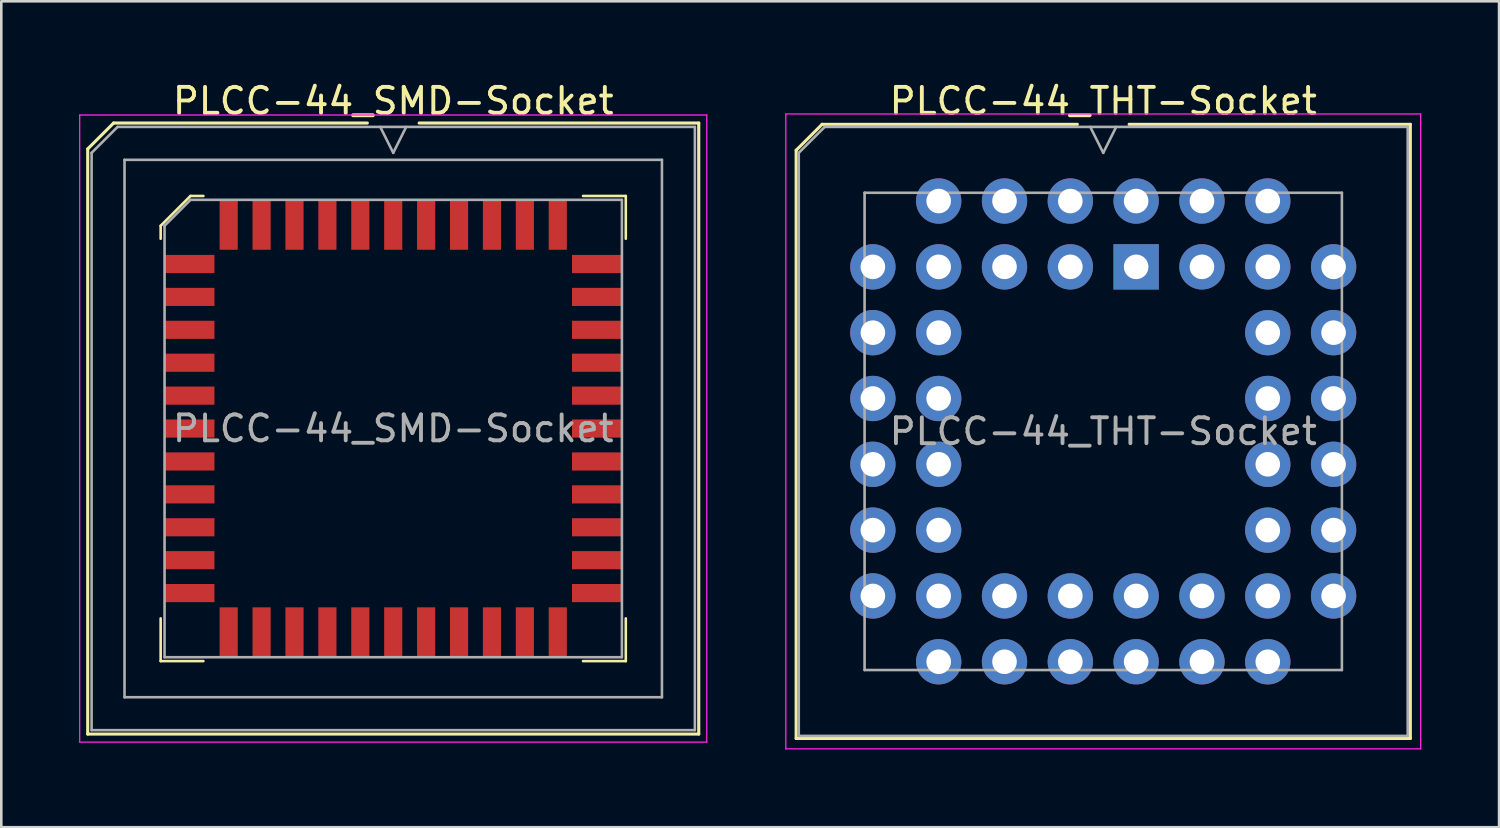
<source format=kicad_pcb>
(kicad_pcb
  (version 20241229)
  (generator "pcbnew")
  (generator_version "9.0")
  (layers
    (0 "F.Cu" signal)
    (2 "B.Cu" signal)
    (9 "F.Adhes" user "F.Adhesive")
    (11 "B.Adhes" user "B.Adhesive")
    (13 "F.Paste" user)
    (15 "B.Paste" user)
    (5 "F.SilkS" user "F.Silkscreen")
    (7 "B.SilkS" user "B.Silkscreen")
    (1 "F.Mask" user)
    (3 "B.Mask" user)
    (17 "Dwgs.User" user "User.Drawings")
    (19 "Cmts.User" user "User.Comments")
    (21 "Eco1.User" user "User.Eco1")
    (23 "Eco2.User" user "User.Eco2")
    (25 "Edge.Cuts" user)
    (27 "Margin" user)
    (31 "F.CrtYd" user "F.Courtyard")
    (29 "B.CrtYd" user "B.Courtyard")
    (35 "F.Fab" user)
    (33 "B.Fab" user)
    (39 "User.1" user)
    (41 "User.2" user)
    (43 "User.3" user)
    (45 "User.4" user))
  (footprint "PLCC-44_THT-Socket"
    (layer "F.Cu")
    (at 40.795 7.248)
    (property "Reference" "PLCC-44_THT-Socket" (at -1.27 -6.4 0) (layer "F.SilkS") (effects (font (size 1 1) (thickness 0.15))))
    (attr through_hole)
    (fp_line (start -13.12 -4.5) (end -13.12 18.2) (stroke (width 0.12) (type solid)) (layer "F.SilkS"))
    (fp_line (start -13.12 18.2) (end 10.58 18.2) (stroke (width 0.12) (type solid)) (layer "F.SilkS"))
    (fp_line (start -12.12 -5.5) (end -13.12 -4.5) (stroke (width 0.12) (type solid)) (layer "F.SilkS"))
    (fp_line (start -2.27 -5.5) (end -12.12 -5.5) (stroke (width 0.12) (type solid)) (layer "F.SilkS"))
    (fp_line (start 10.58 -5.5) (end -0.27 -5.5) (stroke (width 0.12) (type solid)) (layer "F.SilkS"))
    (fp_line (start 10.58 18.2) (end 10.58 -5.5) (stroke (width 0.12) (type solid)) (layer "F.SilkS"))
    (fp_line (start -13.52 -5.9) (end -13.52 18.6) (stroke (width 0.05) (type solid)) (layer "F.CrtYd"))
    (fp_line (start -13.52 18.6) (end 10.98 18.6) (stroke (width 0.05) (type solid)) (layer "F.CrtYd"))
    (fp_line (start 10.98 -5.9) (end -13.52 -5.9) (stroke (width 0.05) (type solid)) (layer "F.CrtYd"))
    (fp_line (start 10.98 18.6) (end 10.98 -5.9) (stroke (width 0.05) (type solid)) (layer "F.CrtYd"))
    (fp_line (start -13.02 -4.4) (end -13.02 18.1) (stroke (width 0.1) (type solid)) (layer "F.Fab"))
    (fp_line (start -13.02 18.1) (end 10.48 18.1) (stroke (width 0.1) (type solid)) (layer "F.Fab"))
    (fp_line (start -12.02 -5.4) (end -13.02 -4.4) (stroke (width 0.1) (type solid)) (layer "F.Fab"))
    (fp_line (start -10.48 -2.86) (end -10.48 15.56) (stroke (width 0.1) (type solid)) (layer "F.Fab"))
    (fp_line (start -10.48 15.56) (end 7.94 15.56) (stroke (width 0.1) (type solid)) (layer "F.Fab"))
    (fp_line (start -1.77 -5.4) (end -1.27 -4.4) (stroke (width 0.1) (type solid)) (layer "F.Fab"))
    (fp_line (start -1.27 -4.4) (end -0.77 -5.4) (stroke (width 0.1) (type solid)) (layer "F.Fab"))
    (fp_line (start 7.94 -2.86) (end -10.48 -2.86) (stroke (width 0.1) (type solid)) (layer "F.Fab"))
    (fp_line (start 7.94 15.56) (end 7.94 -2.86) (stroke (width 0.1) (type solid)) (layer "F.Fab"))
    (fp_line (start 10.48 -5.4) (end -12.02 -5.4) (stroke (width 0.1) (type solid)) (layer "F.Fab"))
    (fp_line (start 10.48 18.1) (end 10.48 -5.4) (stroke (width 0.1) (type solid)) (layer "F.Fab"))
    (fp_text user "${REFERENCE}" (at -1.27 6.35 0) (layer "F.Fab") (effects (font (size 1 1) (thickness 0.15))))
    (pad "1" thru_hole rect (at 0 0) (size 1.75 1.75) (drill 0.95) (layers "*.Cu" "*.Mask"))
    (pad "2" thru_hole circle (at -2.54 -2.54) (size 1.75 1.75) (drill 0.95) (layers "*.Cu" "*.Mask"))
    (pad "3" thru_hole circle (at -2.54 0) (size 1.75 1.75) (drill 0.95) (layers "*.Cu" "*.Mask"))
    (pad "4" thru_hole circle (at -5.08 -2.54) (size 1.75 1.75) (drill 0.95) (layers "*.Cu" "*.Mask"))
    (pad "5" thru_hole circle (at -5.08 0) (size 1.75 1.75) (drill 0.95) (layers "*.Cu" "*.Mask"))
    (pad "6" thru_hole circle (at -7.62 -2.54) (size 1.75 1.75) (drill 0.95) (layers "*.Cu" "*.Mask"))
    (pad "7" thru_hole circle (at -10.16 0) (size 1.75 1.75) (drill 0.95) (layers "*.Cu" "*.Mask"))
    (pad "8" thru_hole circle (at -7.62 0) (size 1.75 1.75) (drill 0.95) (layers "*.Cu" "*.Mask"))
    (pad "9" thru_hole circle (at -10.16 2.54) (size 1.75 1.75) (drill 0.95) (layers "*.Cu" "*.Mask"))
    (pad "10" thru_hole circle (at -7.62 2.54) (size 1.75 1.75) (drill 0.95) (layers "*.Cu" "*.Mask"))
    (pad "11" thru_hole circle (at -10.16 5.08) (size 1.75 1.75) (drill 0.95) (layers "*.Cu" "*.Mask"))
    (pad "12" thru_hole circle (at -7.62 5.08) (size 1.75 1.75) (drill 0.95) (layers "*.Cu" "*.Mask"))
    (pad "13" thru_hole circle (at -10.16 7.62) (size 1.75 1.75) (drill 0.95) (layers "*.Cu" "*.Mask"))
    (pad "14" thru_hole circle (at -7.62 7.62) (size 1.75 1.75) (drill 0.95) (layers "*.Cu" "*.Mask"))
    (pad "15" thru_hole circle (at -10.16 10.16) (size 1.75 1.75) (drill 0.95) (layers "*.Cu" "*.Mask"))
    (pad "16" thru_hole circle (at -7.62 10.16) (size 1.75 1.75) (drill 0.95) (layers "*.Cu" "*.Mask"))
    (pad "17" thru_hole circle (at -10.16 12.7) (size 1.75 1.75) (drill 0.95) (layers "*.Cu" "*.Mask"))
    (pad "18" thru_hole circle (at -7.62 15.24) (size 1.75 1.75) (drill 0.95) (layers "*.Cu" "*.Mask"))
    (pad "19" thru_hole circle (at -7.62 12.7) (size 1.75 1.75) (drill 0.95) (layers "*.Cu" "*.Mask"))
    (pad "20" thru_hole circle (at -5.08 15.24) (size 1.75 1.75) (drill 0.95) (layers "*.Cu" "*.Mask"))
    (pad "21" thru_hole circle (at -5.08 12.7) (size 1.75 1.75) (drill 0.95) (layers "*.Cu" "*.Mask"))
    (pad "22" thru_hole circle (at -2.54 15.24) (size 1.75 1.75) (drill 0.95) (layers "*.Cu" "*.Mask"))
    (pad "23" thru_hole circle (at -2.54 12.7) (size 1.75 1.75) (drill 0.95) (layers "*.Cu" "*.Mask"))
    (pad "24" thru_hole circle (at 0 15.24) (size 1.75 1.75) (drill 0.95) (layers "*.Cu" "*.Mask"))
    (pad "25" thru_hole circle (at 0 12.7) (size 1.75 1.75) (drill 0.95) (layers "*.Cu" "*.Mask"))
    (pad "26" thru_hole circle (at 2.54 15.24) (size 1.75 1.75) (drill 0.95) (layers "*.Cu" "*.Mask"))
    (pad "27" thru_hole circle (at 2.54 12.7) (size 1.75 1.75) (drill 0.95) (layers "*.Cu" "*.Mask"))
    (pad "28" thru_hole circle (at 5.08 15.24) (size 1.75 1.75) (drill 0.95) (layers "*.Cu" "*.Mask"))
    (pad "29" thru_hole circle (at 7.62 12.7) (size 1.75 1.75) (drill 0.95) (layers "*.Cu" "*.Mask"))
    (pad "30" thru_hole circle (at 5.08 12.7) (size 1.75 1.75) (drill 0.95) (layers "*.Cu" "*.Mask"))
    (pad "31" thru_hole circle (at 7.62 10.16) (size 1.75 1.75) (drill 0.95) (layers "*.Cu" "*.Mask"))
    (pad "32" thru_hole circle (at 5.08 10.16) (size 1.75 1.75) (drill 0.95) (layers "*.Cu" "*.Mask"))
    (pad "33" thru_hole circle (at 7.62 7.62) (size 1.75 1.75) (drill 0.95) (layers "*.Cu" "*.Mask"))
    (pad "34" thru_hole circle (at 5.08 7.62) (size 1.75 1.75) (drill 0.95) (layers "*.Cu" "*.Mask"))
    (pad "35" thru_hole circle (at 7.62 5.08) (size 1.75 1.75) (drill 0.95) (layers "*.Cu" "*.Mask"))
    (pad "36" thru_hole circle (at 5.08 5.08) (size 1.75 1.75) (drill 0.95) (layers "*.Cu" "*.Mask"))
    (pad "37" thru_hole circle (at 7.62 2.54) (size 1.75 1.75) (drill 0.95) (layers "*.Cu" "*.Mask"))
    (pad "38" thru_hole circle (at 5.08 2.54) (size 1.75 1.75) (drill 0.95) (layers "*.Cu" "*.Mask"))
    (pad "39" thru_hole circle (at 7.62 0) (size 1.75 1.75) (drill 0.95) (layers "*.Cu" "*.Mask"))
    (pad "40" thru_hole circle (at 5.08 -2.54) (size 1.75 1.75) (drill 0.95) (layers "*.Cu" "*.Mask"))
    (pad "41" thru_hole circle (at 5.08 0) (size 1.75 1.75) (drill 0.95) (layers "*.Cu" "*.Mask"))
    (pad "42" thru_hole circle (at 2.54 -2.54) (size 1.75 1.75) (drill 0.95) (layers "*.Cu" "*.Mask"))
    (pad "43" thru_hole circle (at 2.54 0) (size 1.75 1.75) (drill 0.95) (layers "*.Cu" "*.Mask"))
    (pad "44" thru_hole circle (at 0 -2.54) (size 1.75 1.75) (drill 0.95) (layers "*.Cu" "*.Mask")))
  (footprint "PLCC-44_SMD-Socket"
    (layer "F.Cu")
    (at 12.125 13.488)
    (property "Reference" "PLCC-44_SMD-Socket" (at 0 -12.64 0) (layer "F.SilkS") (effects (font (size 1 1) (thickness 0.15))))
    (attr smd)
    (fp_line (start -11.79 -10.79) (end -11.79 11.79) (stroke (width 0.12) (type solid)) (layer "F.SilkS"))
    (fp_line (start -11.79 11.79) (end 11.79 11.79) (stroke (width 0.12) (type solid)) (layer "F.SilkS"))
    (fp_line (start -10.79 -11.79) (end -11.79 -10.79) (stroke (width 0.12) (type solid)) (layer "F.SilkS"))
    (fp_line (start -8.975 -7.825) (end -8.975 -7.325) (stroke (width 0.1) (type solid)) (layer "F.SilkS"))
    (fp_line (start -8.975 8.975) (end -8.975 7.325) (stroke (width 0.1) (type solid)) (layer "F.SilkS"))
    (fp_line (start -7.825 -8.975) (end -8.975 -7.825) (stroke (width 0.1) (type solid)) (layer "F.SilkS"))
    (fp_line (start -7.325 -8.975) (end -7.825 -8.975) (stroke (width 0.1) (type solid)) (layer "F.SilkS"))
    (fp_line (start -7.325 8.975) (end -8.975 8.975) (stroke (width 0.1) (type solid)) (layer "F.SilkS"))
    (fp_line (start -1 -11.79) (end -10.79 -11.79) (stroke (width 0.12) (type solid)) (layer "F.SilkS"))
    (fp_line (start 7.325 -8.975) (end 8.975 -8.975) (stroke (width 0.1) (type solid)) (layer "F.SilkS"))
    (fp_line (start 7.325 8.975) (end 8.975 8.975) (stroke (width 0.1) (type solid)) (layer "F.SilkS"))
    (fp_line (start 8.975 -8.975) (end 8.975 -7.325) (stroke (width 0.1) (type solid)) (layer "F.SilkS"))
    (fp_line (start 8.975 8.975) (end 8.975 7.325) (stroke (width 0.1) (type solid)) (layer "F.SilkS"))
    (fp_line (start 11.79 -11.79) (end 1 -11.79) (stroke (width 0.12) (type solid)) (layer "F.SilkS"))
    (fp_line (start 11.79 11.79) (end 11.79 -11.79) (stroke (width 0.12) (type solid)) (layer "F.SilkS"))
    (fp_line (start -12.1 -12.1) (end -12.1 12.1) (stroke (width 0.05) (type solid)) (layer "F.CrtYd"))
    (fp_line (start -12.1 12.1) (end 12.1 12.1) (stroke (width 0.05) (type solid)) (layer "F.CrtYd"))
    (fp_line (start 12.1 -12.1) (end -12.1 -12.1) (stroke (width 0.05) (type solid)) (layer "F.CrtYd"))
    (fp_line (start 12.1 12.1) (end 12.1 -12.1) (stroke (width 0.05) (type solid)) (layer "F.CrtYd"))
    (fp_line (start -11.64 -10.64) (end -11.64 11.64) (stroke (width 0.1) (type solid)) (layer "F.Fab"))
    (fp_line (start -11.64 11.64) (end 11.64 11.64) (stroke (width 0.1) (type solid)) (layer "F.Fab"))
    (fp_line (start -10.64 -11.64) (end -11.64 -10.64) (stroke (width 0.1) (type solid)) (layer "F.Fab"))
    (fp_line (start -10.37 -10.37) (end -10.37 10.37) (stroke (width 0.1) (type solid)) (layer "F.Fab"))
    (fp_line (start -10.37 10.37) (end 10.37 10.37) (stroke (width 0.1) (type solid)) (layer "F.Fab"))
    (fp_line (start -8.825 -7.825) (end -8.825 8.825) (stroke (width 0.1) (type solid)) (layer "F.Fab"))
    (fp_line (start -8.825 8.825) (end 8.825 8.825) (stroke (width 0.1) (type solid)) (layer "F.Fab"))
    (fp_line (start -7.825 -8.825) (end -8.825 -7.825) (stroke (width 0.1) (type solid)) (layer "F.Fab"))
    (fp_line (start -0.5 -11.64) (end 0 -10.64) (stroke (width 0.1) (type solid)) (layer "F.Fab"))
    (fp_line (start 0 -10.64) (end 0.5 -11.64) (stroke (width 0.1) (type solid)) (layer "F.Fab"))
    (fp_line (start 8.825 -8.825) (end -7.825 -8.825) (stroke (width 0.1) (type solid)) (layer "F.Fab"))
    (fp_line (start 8.825 8.825) (end 8.825 -8.825) (stroke (width 0.1) (type solid)) (layer "F.Fab"))
    (fp_line (start 10.37 -10.37) (end -10.37 -10.37) (stroke (width 0.1) (type solid)) (layer "F.Fab"))
    (fp_line (start 10.37 10.37) (end 10.37 -10.37) (stroke (width 0.1) (type solid)) (layer "F.Fab"))
    (fp_line (start 11.64 -11.64) (end -10.64 -11.64) (stroke (width 0.1) (type solid)) (layer "F.Fab"))
    (fp_line (start 11.64 11.64) (end 11.64 -11.64) (stroke (width 0.1) (type solid)) (layer "F.Fab"))
    (fp_text user "${REFERENCE}" (at 0 0 0) (layer "F.Fab") (effects (font (size 1 1) (thickness 0.15))))
    (pad "1" smd rect (at 0 -7.862) (size 0.7 1.925) (layers "F.Cu" "F.Mask" "F.Paste"))
    (pad "2" smd rect (at -1.27 -7.862) (size 0.7 1.925) (layers "F.Cu" "F.Mask" "F.Paste"))
    (pad "3" smd rect (at -2.54 -7.862) (size 0.7 1.925) (layers "F.Cu" "F.Mask" "F.Paste"))
    (pad "4" smd rect (at -3.81 -7.862) (size 0.7 1.925) (layers "F.Cu" "F.Mask" "F.Paste"))
    (pad "5" smd rect (at -5.08 -7.862) (size 0.7 1.925) (layers "F.Cu" "F.Mask" "F.Paste"))
    (pad "6" smd rect (at -6.35 -7.862) (size 0.7 1.925) (layers "F.Cu" "F.Mask" "F.Paste"))
    (pad "7" smd rect (at -7.862 -6.35) (size 1.925 0.7) (layers "F.Cu" "F.Mask" "F.Paste"))
    (pad "8" smd rect (at -7.862 -5.08) (size 1.925 0.7) (layers "F.Cu" "F.Mask" "F.Paste"))
    (pad "9" smd rect (at -7.862 -3.81) (size 1.925 0.7) (layers "F.Cu" "F.Mask" "F.Paste"))
    (pad "10" smd rect (at -7.862 -2.54) (size 1.925 0.7) (layers "F.Cu" "F.Mask" "F.Paste"))
    (pad "11" smd rect (at -7.862 -1.27) (size 1.925 0.7) (layers "F.Cu" "F.Mask" "F.Paste"))
    (pad "12" smd rect (at -7.862 0) (size 1.925 0.7) (layers "F.Cu" "F.Mask" "F.Paste"))
    (pad "13" smd rect (at -7.862 1.27) (size 1.925 0.7) (layers "F.Cu" "F.Mask" "F.Paste"))
    (pad "14" smd rect (at -7.862 2.54) (size 1.925 0.7) (layers "F.Cu" "F.Mask" "F.Paste"))
    (pad "15" smd rect (at -7.862 3.81) (size 1.925 0.7) (layers "F.Cu" "F.Mask" "F.Paste"))
    (pad "16" smd rect (at -7.862 5.08) (size 1.925 0.7) (layers "F.Cu" "F.Mask" "F.Paste"))
    (pad "17" smd rect (at -7.862 6.35) (size 1.925 0.7) (layers "F.Cu" "F.Mask" "F.Paste"))
    (pad "18" smd rect (at -6.35 7.862) (size 0.7 1.925) (layers "F.Cu" "F.Mask" "F.Paste"))
    (pad "19" smd rect (at -5.08 7.862) (size 0.7 1.925) (layers "F.Cu" "F.Mask" "F.Paste"))
    (pad "20" smd rect (at -3.81 7.862) (size 0.7 1.925) (layers "F.Cu" "F.Mask" "F.Paste"))
    (pad "21" smd rect (at -2.54 7.862) (size 0.7 1.925) (layers "F.Cu" "F.Mask" "F.Paste"))
    (pad "22" smd rect (at -1.27 7.862) (size 0.7 1.925) (layers "F.Cu" "F.Mask" "F.Paste"))
    (pad "23" smd rect (at 0 7.862) (size 0.7 1.925) (layers "F.Cu" "F.Mask" "F.Paste"))
    (pad "24" smd rect (at 1.27 7.862) (size 0.7 1.925) (layers "F.Cu" "F.Mask" "F.Paste"))
    (pad "25" smd rect (at 2.54 7.862) (size 0.7 1.925) (layers "F.Cu" "F.Mask" "F.Paste"))
    (pad "26" smd rect (at 3.81 7.862) (size 0.7 1.925) (layers "F.Cu" "F.Mask" "F.Paste"))
    (pad "27" smd rect (at 5.08 7.862) (size 0.7 1.925) (layers "F.Cu" "F.Mask" "F.Paste"))
    (pad "28" smd rect (at 6.35 7.862) (size 0.7 1.925) (layers "F.Cu" "F.Mask" "F.Paste"))
    (pad "29" smd rect (at 7.862 6.35) (size 1.925 0.7) (layers "F.Cu" "F.Mask" "F.Paste"))
    (pad "30" smd rect (at 7.862 5.08) (size 1.925 0.7) (layers "F.Cu" "F.Mask" "F.Paste"))
    (pad "31" smd rect (at 7.862 3.81) (size 1.925 0.7) (layers "F.Cu" "F.Mask" "F.Paste"))
    (pad "32" smd rect (at 7.862 2.54) (size 1.925 0.7) (layers "F.Cu" "F.Mask" "F.Paste"))
    (pad "33" smd rect (at 7.862 1.27) (size 1.925 0.7) (layers "F.Cu" "F.Mask" "F.Paste"))
    (pad "34" smd rect (at 7.862 0) (size 1.925 0.7) (layers "F.Cu" "F.Mask" "F.Paste"))
    (pad "35" smd rect (at 7.862 -1.27) (size 1.925 0.7) (layers "F.Cu" "F.Mask" "F.Paste"))
    (pad "36" smd rect (at 7.862 -2.54) (size 1.925 0.7) (layers "F.Cu" "F.Mask" "F.Paste"))
    (pad "37" smd rect (at 7.862 -3.81) (size 1.925 0.7) (layers "F.Cu" "F.Mask" "F.Paste"))
    (pad "38" smd rect (at 7.862 -5.08) (size 1.925 0.7) (layers "F.Cu" "F.Mask" "F.Paste"))
    (pad "39" smd rect (at 7.862 -6.35) (size 1.925 0.7) (layers "F.Cu" "F.Mask" "F.Paste"))
    (pad "40" smd rect (at 6.35 -7.862) (size 0.7 1.925) (layers "F.Cu" "F.Mask" "F.Paste"))
    (pad "41" smd rect (at 5.08 -7.862) (size 0.7 1.925) (layers "F.Cu" "F.Mask" "F.Paste"))
    (pad "42" smd rect (at 3.81 -7.862) (size 0.7 1.925) (layers "F.Cu" "F.Mask" "F.Paste"))
    (pad "43" smd rect (at 2.54 -7.862) (size 0.7 1.925) (layers "F.Cu" "F.Mask" "F.Paste"))
    (pad "44" smd rect (at 1.27 -7.862) (size 0.7 1.925) (layers "F.Cu" "F.Mask" "F.Paste")))
  (gr_rect
    (start -3 -3)
    (end 54.8 28.873)
    (stroke (width 0.1) (type default))
    (fill no)
    (layer "Edge.Cuts")))
</source>
